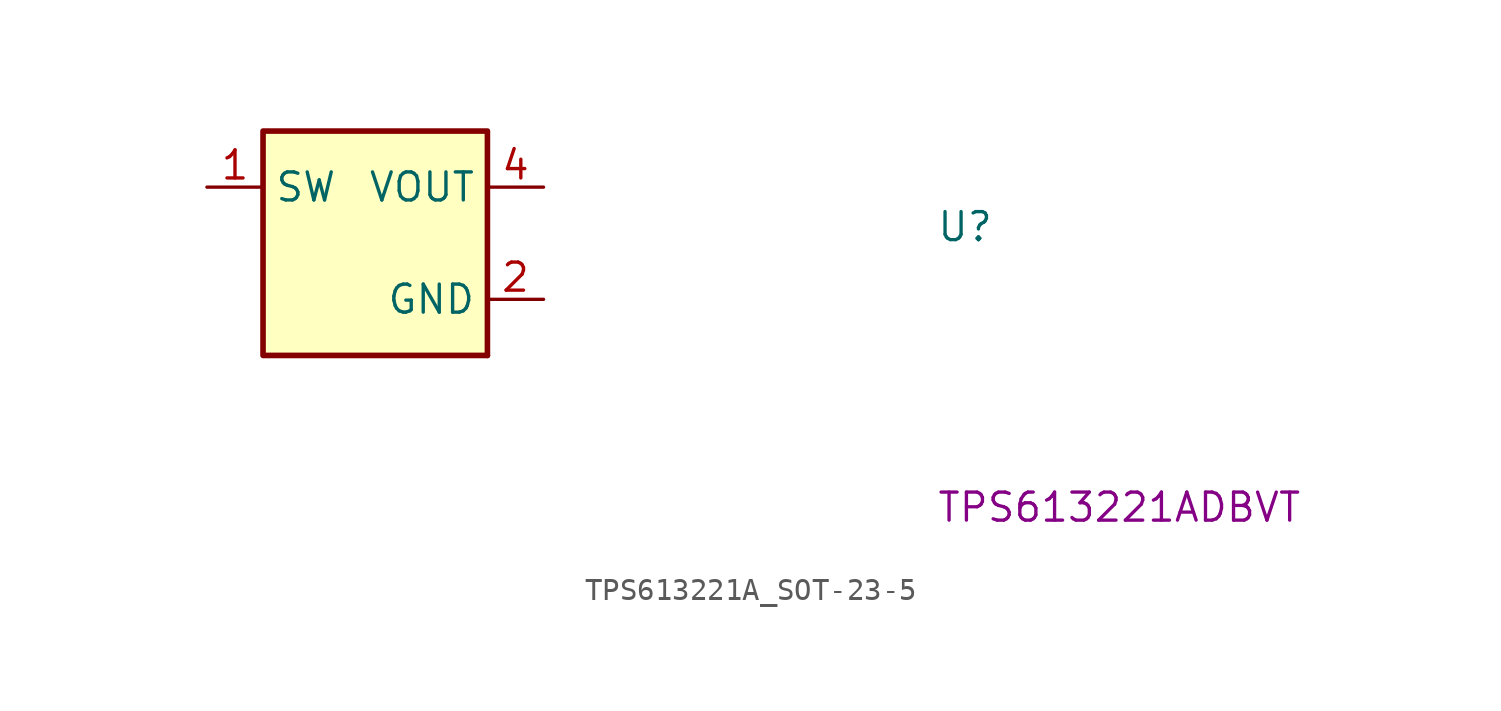
<source format=kicad_sym>
(kicad_symbol_lib
  (version 20220914)
  (generator kicad_symbol_editor)
  (symbol "TPS613221A_SOT-23-5"
    (property "Reference" "U"
      (at 33.02 -2.54 0)
      (effects (font (size 1.27 1.27) (thickness 0.15)) (justify left bottom)))
    (property "MPN" "TPS613221ADBVT"
      (at 33.02 -15.24 0)
      (effects (font (size 1.27 1.27) (thickness 0.15)) (justify left bottom)))
    (symbol "TPS613221A_SOT-23-5_1_1"
      (rectangle (start 2.54 2.54) (end 12.7 -7.62) (stroke (width 0.254) (type default)) (fill (type background)))
      (rectangle (start 12.7 -7.62) (end 12.7 -7.62) (stroke (width 0.254) (type default)) (fill (type background)))
      (pin power_in line (at 0 0 0) (length 2.54) (name "SW" (effects (font (size 1.27 1.27)))) (number "1" (effects (font (size 1.27 1.27)))))
      (pin power_in line (at 15.24 -5.08 180) (length 2.54) (name "GND" (effects (font (size 1.27 1.27)))) (number "2" (effects (font (size 1.27 1.27)))))
      (pin no_connect line (at 2.54 -2.54 0) (length 2.54) hide (name "NC" (effects (font (size 1.27 1.27)))) (number "3" (effects (font (size 1.27 1.27)))))
      (pin power_in line (at 15.24 0 180) (length 2.54) (name "VOUT" (effects (font (size 1.27 1.27)))) (number "4" (effects (font (size 1.27 1.27)))))
      (pin no_connect line (at 2.54 -5.08 0) (length 2.54) hide (name "NC" (effects (font (size 1.27 1.27)))) (number "5" (effects (font (size 1.27 1.27))))))))
</source>
